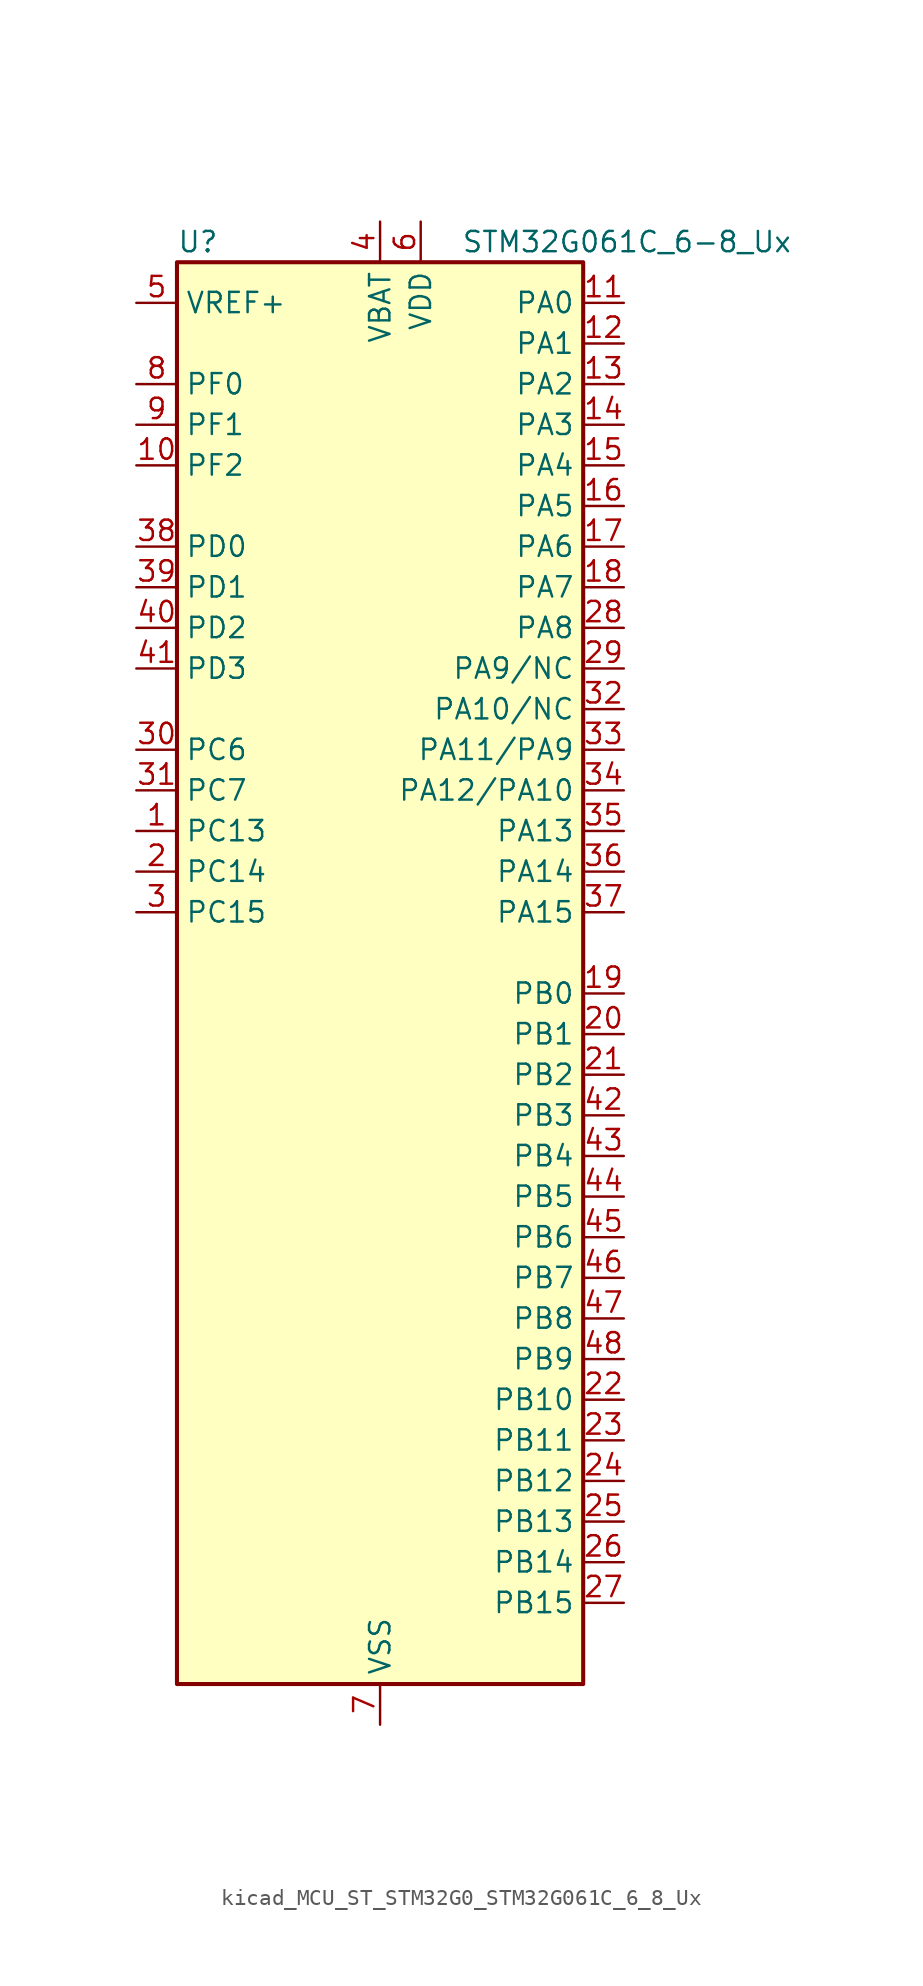
<source format=kicad_sym>
(kicad_symbol_lib
  (version 20220914)
  (generator kicad_symbol_editor)
  (symbol "kicad_MCU_ST_STM32G0_STM32G061C_6_8_Ux"
    (property "Reference" "U"
      (at -12.7 46.99 0)
      (effects (font (size 1.27 1.27)) (justify left)))
    (property "Value" "STM32G061C_6-8_Ux"
      (at 5.08 46.99 0)
      (effects (font (size 1.27 1.27)) (justify left)))
    (property "ki_locked" ""
      (at 0 0 0)
      (effects (font (size 1.27 1.27))))
    (symbol "kicad_MCU_ST_STM32G0_STM32G061C_6_8_Ux_0_1"
      (rectangle (start -12.7 -43.18) (end 12.7 45.72) (stroke (width 0.254) (type default)) (fill (type background))))
    (symbol "kicad_MCU_ST_STM32G0_STM32G061C_6_8_Ux_1_1"
      (pin bidirectional line (at -15.24 10.16 0) (length 2.54) (name "PC13" (effects (font (size 1.27 1.27)))) (number "1" (effects (font (size 1.27 1.27)))) (alternate "RTC_OUT1" bidirectional line) (alternate "RTC_TAMP_IN1" bidirectional line) (alternate "RTC_TS" bidirectional line) (alternate "SYS_WKUP2" bidirectional line) (alternate "TIM1_BK" bidirectional line))
      (pin bidirectional line (at -15.24 33.02 0) (length 2.54) (name "PF2" (effects (font (size 1.27 1.27)))) (number "10" (effects (font (size 1.27 1.27)))) (alternate "RCC_MCO" bidirectional line))
      (pin bidirectional line (at 15.24 43.18 180) (length 2.54) (name "PA0" (effects (font (size 1.27 1.27)))) (number "11" (effects (font (size 1.27 1.27)))) (alternate "ADC1_IN0" bidirectional line) (alternate "COMP1_INM" bidirectional line) (alternate "COMP1_OUT" bidirectional line) (alternate "LPTIM1_OUT" bidirectional line) (alternate "RTC_TAMP_IN2" bidirectional line) (alternate "SPI2_SCK" bidirectional line) (alternate "SYS_WKUP1" bidirectional line) (alternate "TIM2_CH1" bidirectional line) (alternate "TIM2_ETR" bidirectional line) (alternate "USART2_CTS" bidirectional line) (alternate "USART2_NSS" bidirectional line))
      (pin bidirectional line (at 15.24 40.64 180) (length 2.54) (name "PA1" (effects (font (size 1.27 1.27)))) (number "12" (effects (font (size 1.27 1.27)))) (alternate "ADC1_IN1" bidirectional line) (alternate "COMP1_INP" bidirectional line) (alternate "I2C1_SMBA" bidirectional line) (alternate "I2S1_CK" bidirectional line) (alternate "SPI1_SCK" bidirectional line) (alternate "TIM15_CH1N" bidirectional line) (alternate "TIM2_CH2" bidirectional line) (alternate "USART2_CK" bidirectional line) (alternate "USART2_DE" bidirectional line) (alternate "USART2_RTS" bidirectional line))
      (pin bidirectional line (at 15.24 38.1 180) (length 2.54) (name "PA2" (effects (font (size 1.27 1.27)))) (number "13" (effects (font (size 1.27 1.27)))) (alternate "ADC1_IN2" bidirectional line) (alternate "COMP2_INM" bidirectional line) (alternate "COMP2_OUT" bidirectional line) (alternate "I2S1_SD" bidirectional line) (alternate "LPUART1_TX" bidirectional line) (alternate "RCC_LSCO" bidirectional line) (alternate "SPI1_MOSI" bidirectional line) (alternate "SYS_WKUP4" bidirectional line) (alternate "TIM15_CH1" bidirectional line) (alternate "TIM2_CH3" bidirectional line) (alternate "USART2_TX" bidirectional line))
      (pin bidirectional line (at 15.24 35.56 180) (length 2.54) (name "PA3" (effects (font (size 1.27 1.27)))) (number "14" (effects (font (size 1.27 1.27)))) (alternate "ADC1_IN3" bidirectional line) (alternate "COMP2_INP" bidirectional line) (alternate "LPUART1_RX" bidirectional line) (alternate "SPI2_MISO" bidirectional line) (alternate "TIM15_CH2" bidirectional line) (alternate "TIM2_CH4" bidirectional line) (alternate "USART2_RX" bidirectional line))
      (pin bidirectional line (at 15.24 33.02 180) (length 2.54) (name "PA4" (effects (font (size 1.27 1.27)))) (number "15" (effects (font (size 1.27 1.27)))) (alternate "ADC1_IN4" bidirectional line) (alternate "DAC1_OUT1" bidirectional line) (alternate "I2S1_WS" bidirectional line) (alternate "LPTIM2_OUT" bidirectional line) (alternate "RTC_OUT2" bidirectional line) (alternate "SPI1_NSS" bidirectional line) (alternate "SPI2_MOSI" bidirectional line) (alternate "TIM14_CH1" bidirectional line))
      (pin bidirectional line (at 15.24 30.48 180) (length 2.54) (name "PA5" (effects (font (size 1.27 1.27)))) (number "16" (effects (font (size 1.27 1.27)))) (alternate "ADC1_IN5" bidirectional line) (alternate "DAC1_OUT2" bidirectional line) (alternate "I2S1_CK" bidirectional line) (alternate "LPTIM2_ETR" bidirectional line) (alternate "SPI1_SCK" bidirectional line) (alternate "TIM2_CH1" bidirectional line) (alternate "TIM2_ETR" bidirectional line))
      (pin bidirectional line (at 15.24 27.94 180) (length 2.54) (name "PA6" (effects (font (size 1.27 1.27)))) (number "17" (effects (font (size 1.27 1.27)))) (alternate "ADC1_IN6" bidirectional line) (alternate "COMP1_OUT" bidirectional line) (alternate "I2S1_MCK" bidirectional line) (alternate "LPUART1_CTS" bidirectional line) (alternate "SPI1_MISO" bidirectional line) (alternate "TIM16_CH1" bidirectional line) (alternate "TIM1_BK" bidirectional line) (alternate "TIM3_CH1" bidirectional line))
      (pin bidirectional line (at 15.24 25.4 180) (length 2.54) (name "PA7" (effects (font (size 1.27 1.27)))) (number "18" (effects (font (size 1.27 1.27)))) (alternate "ADC1_IN7" bidirectional line) (alternate "COMP2_OUT" bidirectional line) (alternate "I2S1_SD" bidirectional line) (alternate "SPI1_MOSI" bidirectional line) (alternate "TIM14_CH1" bidirectional line) (alternate "TIM17_CH1" bidirectional line) (alternate "TIM1_CH1N" bidirectional line) (alternate "TIM3_CH2" bidirectional line))
      (pin bidirectional line (at 15.24 0 180) (length 2.54) (name "PB0" (effects (font (size 1.27 1.27)))) (number "19" (effects (font (size 1.27 1.27)))) (alternate "ADC1_IN8" bidirectional line) (alternate "COMP1_OUT" bidirectional line) (alternate "I2S1_WS" bidirectional line) (alternate "LPTIM1_OUT" bidirectional line) (alternate "SPI1_NSS" bidirectional line) (alternate "TIM1_CH2N" bidirectional line) (alternate "TIM3_CH3" bidirectional line))
      (pin bidirectional line (at -15.24 7.62 0) (length 2.54) (name "PC14" (effects (font (size 1.27 1.27)))) (number "2" (effects (font (size 1.27 1.27)))) (alternate "RCC_OSC32_IN" bidirectional line) (alternate "TIM1_BK2" bidirectional line))
      (pin bidirectional line (at 15.24 -2.54 180) (length 2.54) (name "PB1" (effects (font (size 1.27 1.27)))) (number "20" (effects (font (size 1.27 1.27)))) (alternate "ADC1_IN9" bidirectional line) (alternate "COMP1_INM" bidirectional line) (alternate "LPTIM2_IN1" bidirectional line) (alternate "LPUART1_DE" bidirectional line) (alternate "LPUART1_RTS" bidirectional line) (alternate "TIM14_CH1" bidirectional line) (alternate "TIM1_CH3N" bidirectional line) (alternate "TIM3_CH4" bidirectional line))
      (pin bidirectional line (at 15.24 -5.08 180) (length 2.54) (name "PB2" (effects (font (size 1.27 1.27)))) (number "21" (effects (font (size 1.27 1.27)))) (alternate "ADC1_IN10" bidirectional line) (alternate "COMP1_INP" bidirectional line) (alternate "LPTIM1_OUT" bidirectional line) (alternate "SPI2_MISO" bidirectional line))
      (pin bidirectional line (at 15.24 -25.4 180) (length 2.54) (name "PB10" (effects (font (size 1.27 1.27)))) (number "22" (effects (font (size 1.27 1.27)))) (alternate "ADC1_IN11" bidirectional line) (alternate "COMP1_OUT" bidirectional line) (alternate "I2C2_SCL" bidirectional line) (alternate "LPUART1_RX" bidirectional line) (alternate "SPI2_SCK" bidirectional line) (alternate "TIM2_CH3" bidirectional line))
      (pin bidirectional line (at 15.24 -27.94 180) (length 2.54) (name "PB11" (effects (font (size 1.27 1.27)))) (number "23" (effects (font (size 1.27 1.27)))) (alternate "ADC1_EXTI11" bidirectional line) (alternate "ADC1_IN15" bidirectional line) (alternate "COMP2_OUT" bidirectional line) (alternate "I2C2_SDA" bidirectional line) (alternate "LPUART1_TX" bidirectional line) (alternate "SPI2_MOSI" bidirectional line) (alternate "TIM2_CH4" bidirectional line))
      (pin bidirectional line (at 15.24 -30.48 180) (length 2.54) (name "PB12" (effects (font (size 1.27 1.27)))) (number "24" (effects (font (size 1.27 1.27)))) (alternate "ADC1_IN16" bidirectional line) (alternate "LPUART1_DE" bidirectional line) (alternate "LPUART1_RTS" bidirectional line) (alternate "SPI2_NSS" bidirectional line) (alternate "TIM15_BK" bidirectional line) (alternate "TIM1_BK" bidirectional line))
      (pin bidirectional line (at 15.24 -33.02 180) (length 2.54) (name "PB13" (effects (font (size 1.27 1.27)))) (number "25" (effects (font (size 1.27 1.27)))) (alternate "I2C2_SCL" bidirectional line) (alternate "LPUART1_CTS" bidirectional line) (alternate "SPI2_SCK" bidirectional line) (alternate "TIM15_CH1N" bidirectional line) (alternate "TIM1_CH1N" bidirectional line))
      (pin bidirectional line (at 15.24 -35.56 180) (length 2.54) (name "PB14" (effects (font (size 1.27 1.27)))) (number "26" (effects (font (size 1.27 1.27)))) (alternate "I2C2_SDA" bidirectional line) (alternate "SPI2_MISO" bidirectional line) (alternate "TIM15_CH1" bidirectional line) (alternate "TIM1_CH2N" bidirectional line))
      (pin bidirectional line (at 15.24 -38.1 180) (length 2.54) (name "PB15" (effects (font (size 1.27 1.27)))) (number "27" (effects (font (size 1.27 1.27)))) (alternate "RTC_REFIN" bidirectional line) (alternate "SPI2_MOSI" bidirectional line) (alternate "TIM15_CH1N" bidirectional line) (alternate "TIM15_CH2" bidirectional line) (alternate "TIM1_CH3N" bidirectional line))
      (pin bidirectional line (at 15.24 22.86 180) (length 2.54) (name "PA8" (effects (font (size 1.27 1.27)))) (number "28" (effects (font (size 1.27 1.27)))) (alternate "LPTIM2_OUT" bidirectional line) (alternate "RCC_MCO" bidirectional line) (alternate "SPI2_NSS" bidirectional line) (alternate "TIM1_CH1" bidirectional line))
      (pin bidirectional line (at 15.24 20.32 180) (length 2.54) (name "PA9/NC" (effects (font (size 1.27 1.27)))) (number "29" (effects (font (size 1.27 1.27)))) (alternate "DAC1_EXTI9" bidirectional line) (alternate "I2C1_SCL" bidirectional line) (alternate "RCC_MCO" bidirectional line) (alternate "SPI2_MISO" bidirectional line) (alternate "TIM15_BK" bidirectional line) (alternate "TIM1_CH2" bidirectional line) (alternate "USART1_TX" bidirectional line))
      (pin bidirectional line (at -15.24 5.08 0) (length 2.54) (name "PC15" (effects (font (size 1.27 1.27)))) (number "3" (effects (font (size 1.27 1.27)))) (alternate "RCC_OSC32_EN" bidirectional line) (alternate "RCC_OSC32_OUT" bidirectional line) (alternate "RCC_OSC_EN" bidirectional line) (alternate "TIM15_BK" bidirectional line))
      (pin bidirectional line (at -15.24 15.24 0) (length 2.54) (name "PC6" (effects (font (size 1.27 1.27)))) (number "30" (effects (font (size 1.27 1.27)))) (alternate "TIM2_CH3" bidirectional line) (alternate "TIM3_CH1" bidirectional line))
      (pin bidirectional line (at -15.24 12.7 0) (length 2.54) (name "PC7" (effects (font (size 1.27 1.27)))) (number "31" (effects (font (size 1.27 1.27)))) (alternate "TIM2_CH4" bidirectional line) (alternate "TIM3_CH2" bidirectional line))
      (pin bidirectional line (at 15.24 17.78 180) (length 2.54) (name "PA10/NC" (effects (font (size 1.27 1.27)))) (number "32" (effects (font (size 1.27 1.27)))) (alternate "I2C1_SDA" bidirectional line) (alternate "SPI2_MOSI" bidirectional line) (alternate "TIM17_BK" bidirectional line) (alternate "TIM1_CH3" bidirectional line) (alternate "USART1_RX" bidirectional line))
      (pin bidirectional line (at 15.24 15.24 180) (length 2.54) (name "PA11/PA9" (effects (font (size 1.27 1.27)))) (number "33" (effects (font (size 1.27 1.27)))) (alternate "ADC1_EXTI11" bidirectional line) (alternate "COMP1_OUT" bidirectional line) (alternate "I2C2_SCL" bidirectional line) (alternate "I2S1_MCK" bidirectional line) (alternate "SPI1_MISO" bidirectional line) (alternate "TIM1_BK2" bidirectional line) (alternate "TIM1_CH4" bidirectional line) (alternate "USART1_CTS" bidirectional line) (alternate "USART1_NSS" bidirectional line))
      (pin bidirectional line (at 15.24 12.7 180) (length 2.54) (name "PA12/PA10" (effects (font (size 1.27 1.27)))) (number "34" (effects (font (size 1.27 1.27)))) (alternate "COMP2_OUT" bidirectional line) (alternate "I2C2_SDA" bidirectional line) (alternate "I2S1_SD" bidirectional line) (alternate "I2S_CKIN" bidirectional line) (alternate "SPI1_MOSI" bidirectional line) (alternate "TIM1_ETR" bidirectional line) (alternate "USART1_CK" bidirectional line) (alternate "USART1_DE" bidirectional line) (alternate "USART1_RTS" bidirectional line))
      (pin bidirectional line (at 15.24 10.16 180) (length 2.54) (name "PA13" (effects (font (size 1.27 1.27)))) (number "35" (effects (font (size 1.27 1.27)))) (alternate "ADC1_IN17" bidirectional line) (alternate "IR_OUT" bidirectional line) (alternate "SYS_SWDIO" bidirectional line))
      (pin bidirectional line (at 15.24 7.62 180) (length 2.54) (name "PA14" (effects (font (size 1.27 1.27)))) (number "36" (effects (font (size 1.27 1.27)))) (alternate "ADC1_IN18" bidirectional line) (alternate "SYS_SWCLK" bidirectional line) (alternate "USART2_TX" bidirectional line))
      (pin bidirectional line (at 15.24 5.08 180) (length 2.54) (name "PA15" (effects (font (size 1.27 1.27)))) (number "37" (effects (font (size 1.27 1.27)))) (alternate "I2S1_WS" bidirectional line) (alternate "SPI1_NSS" bidirectional line) (alternate "TIM2_CH1" bidirectional line) (alternate "TIM2_ETR" bidirectional line) (alternate "USART2_RX" bidirectional line))
      (pin bidirectional line (at -15.24 27.94 0) (length 2.54) (name "PD0" (effects (font (size 1.27 1.27)))) (number "38" (effects (font (size 1.27 1.27)))) (alternate "SPI2_NSS" bidirectional line) (alternate "TIM16_CH1" bidirectional line))
      (pin bidirectional line (at -15.24 25.4 0) (length 2.54) (name "PD1" (effects (font (size 1.27 1.27)))) (number "39" (effects (font (size 1.27 1.27)))) (alternate "SPI2_SCK" bidirectional line) (alternate "TIM17_CH1" bidirectional line))
      (pin power_in line (at 0 48.26 270) (length 2.54) (name "VBAT" (effects (font (size 1.27 1.27)))) (number "4" (effects (font (size 1.27 1.27)))))
      (pin bidirectional line (at -15.24 22.86 0) (length 2.54) (name "PD2" (effects (font (size 1.27 1.27)))) (number "40" (effects (font (size 1.27 1.27)))) (alternate "TIM1_CH1N" bidirectional line) (alternate "TIM3_ETR" bidirectional line))
      (pin bidirectional line (at -15.24 20.32 0) (length 2.54) (name "PD3" (effects (font (size 1.27 1.27)))) (number "41" (effects (font (size 1.27 1.27)))) (alternate "SPI2_MISO" bidirectional line) (alternate "TIM1_CH2N" bidirectional line) (alternate "USART2_CTS" bidirectional line) (alternate "USART2_NSS" bidirectional line))
      (pin bidirectional line (at 15.24 -7.62 180) (length 2.54) (name "PB3" (effects (font (size 1.27 1.27)))) (number "42" (effects (font (size 1.27 1.27)))) (alternate "COMP2_INM" bidirectional line) (alternate "I2S1_CK" bidirectional line) (alternate "SPI1_SCK" bidirectional line) (alternate "TIM1_CH2" bidirectional line) (alternate "TIM2_CH2" bidirectional line) (alternate "USART1_CK" bidirectional line) (alternate "USART1_DE" bidirectional line) (alternate "USART1_RTS" bidirectional line))
      (pin bidirectional line (at 15.24 -10.16 180) (length 2.54) (name "PB4" (effects (font (size 1.27 1.27)))) (number "43" (effects (font (size 1.27 1.27)))) (alternate "COMP2_INP" bidirectional line) (alternate "I2S1_MCK" bidirectional line) (alternate "SPI1_MISO" bidirectional line) (alternate "TIM17_BK" bidirectional line) (alternate "TIM3_CH1" bidirectional line) (alternate "USART1_CTS" bidirectional line) (alternate "USART1_NSS" bidirectional line))
      (pin bidirectional line (at 15.24 -12.7 180) (length 2.54) (name "PB5" (effects (font (size 1.27 1.27)))) (number "44" (effects (font (size 1.27 1.27)))) (alternate "COMP2_OUT" bidirectional line) (alternate "I2C1_SMBA" bidirectional line) (alternate "I2S1_SD" bidirectional line) (alternate "LPTIM1_IN1" bidirectional line) (alternate "SPI1_MOSI" bidirectional line) (alternate "SYS_WKUP6" bidirectional line) (alternate "TIM16_BK" bidirectional line) (alternate "TIM3_CH2" bidirectional line))
      (pin bidirectional line (at 15.24 -15.24 180) (length 2.54) (name "PB6" (effects (font (size 1.27 1.27)))) (number "45" (effects (font (size 1.27 1.27)))) (alternate "COMP2_INP" bidirectional line) (alternate "I2C1_SCL" bidirectional line) (alternate "LPTIM1_ETR" bidirectional line) (alternate "SPI2_MISO" bidirectional line) (alternate "TIM16_CH1N" bidirectional line) (alternate "TIM1_CH3" bidirectional line) (alternate "USART1_TX" bidirectional line))
      (pin bidirectional line (at 15.24 -17.78 180) (length 2.54) (name "PB7" (effects (font (size 1.27 1.27)))) (number "46" (effects (font (size 1.27 1.27)))) (alternate "COMP2_INM" bidirectional line) (alternate "I2C1_SDA" bidirectional line) (alternate "LPTIM1_IN2" bidirectional line) (alternate "SPI2_MOSI" bidirectional line) (alternate "SYS_PVD_IN" bidirectional line) (alternate "TIM17_CH1N" bidirectional line) (alternate "USART1_RX" bidirectional line))
      (pin bidirectional line (at 15.24 -20.32 180) (length 2.54) (name "PB8" (effects (font (size 1.27 1.27)))) (number "47" (effects (font (size 1.27 1.27)))) (alternate "I2C1_SCL" bidirectional line) (alternate "SPI2_SCK" bidirectional line) (alternate "TIM15_BK" bidirectional line) (alternate "TIM16_CH1" bidirectional line))
      (pin bidirectional line (at 15.24 -22.86 180) (length 2.54) (name "PB9" (effects (font (size 1.27 1.27)))) (number "48" (effects (font (size 1.27 1.27)))) (alternate "DAC1_EXTI9" bidirectional line) (alternate "I2C1_SDA" bidirectional line) (alternate "IR_OUT" bidirectional line) (alternate "SPI2_NSS" bidirectional line) (alternate "TIM17_CH1" bidirectional line))
      (pin passive line (at 0 -45.72 90) (length 2.54) hide (name "VSS" (effects (font (size 1.27 1.27)))) (number "49" (effects (font (size 1.27 1.27)))))
      (pin input line (at -15.24 43.18 0) (length 2.54) (name "VREF+" (effects (font (size 1.27 1.27)))) (number "5" (effects (font (size 1.27 1.27)))) (alternate "VREFBUF_OUT" bidirectional line))
      (pin power_in line (at 2.54 48.26 270) (length 2.54) (name "VDD" (effects (font (size 1.27 1.27)))) (number "6" (effects (font (size 1.27 1.27)))))
      (pin power_in line (at 0 -45.72 90) (length 2.54) (name "VSS" (effects (font (size 1.27 1.27)))) (number "7" (effects (font (size 1.27 1.27)))))
      (pin bidirectional line (at -15.24 38.1 0) (length 2.54) (name "PF0" (effects (font (size 1.27 1.27)))) (number "8" (effects (font (size 1.27 1.27)))) (alternate "RCC_OSC_IN" bidirectional line) (alternate "TIM14_CH1" bidirectional line))
      (pin bidirectional line (at -15.24 35.56 0) (length 2.54) (name "PF1" (effects (font (size 1.27 1.27)))) (number "9" (effects (font (size 1.27 1.27)))) (alternate "RCC_OSC_EN" bidirectional line) (alternate "RCC_OSC_OUT" bidirectional line) (alternate "TIM15_CH1N" bidirectional line)))))
</source>
